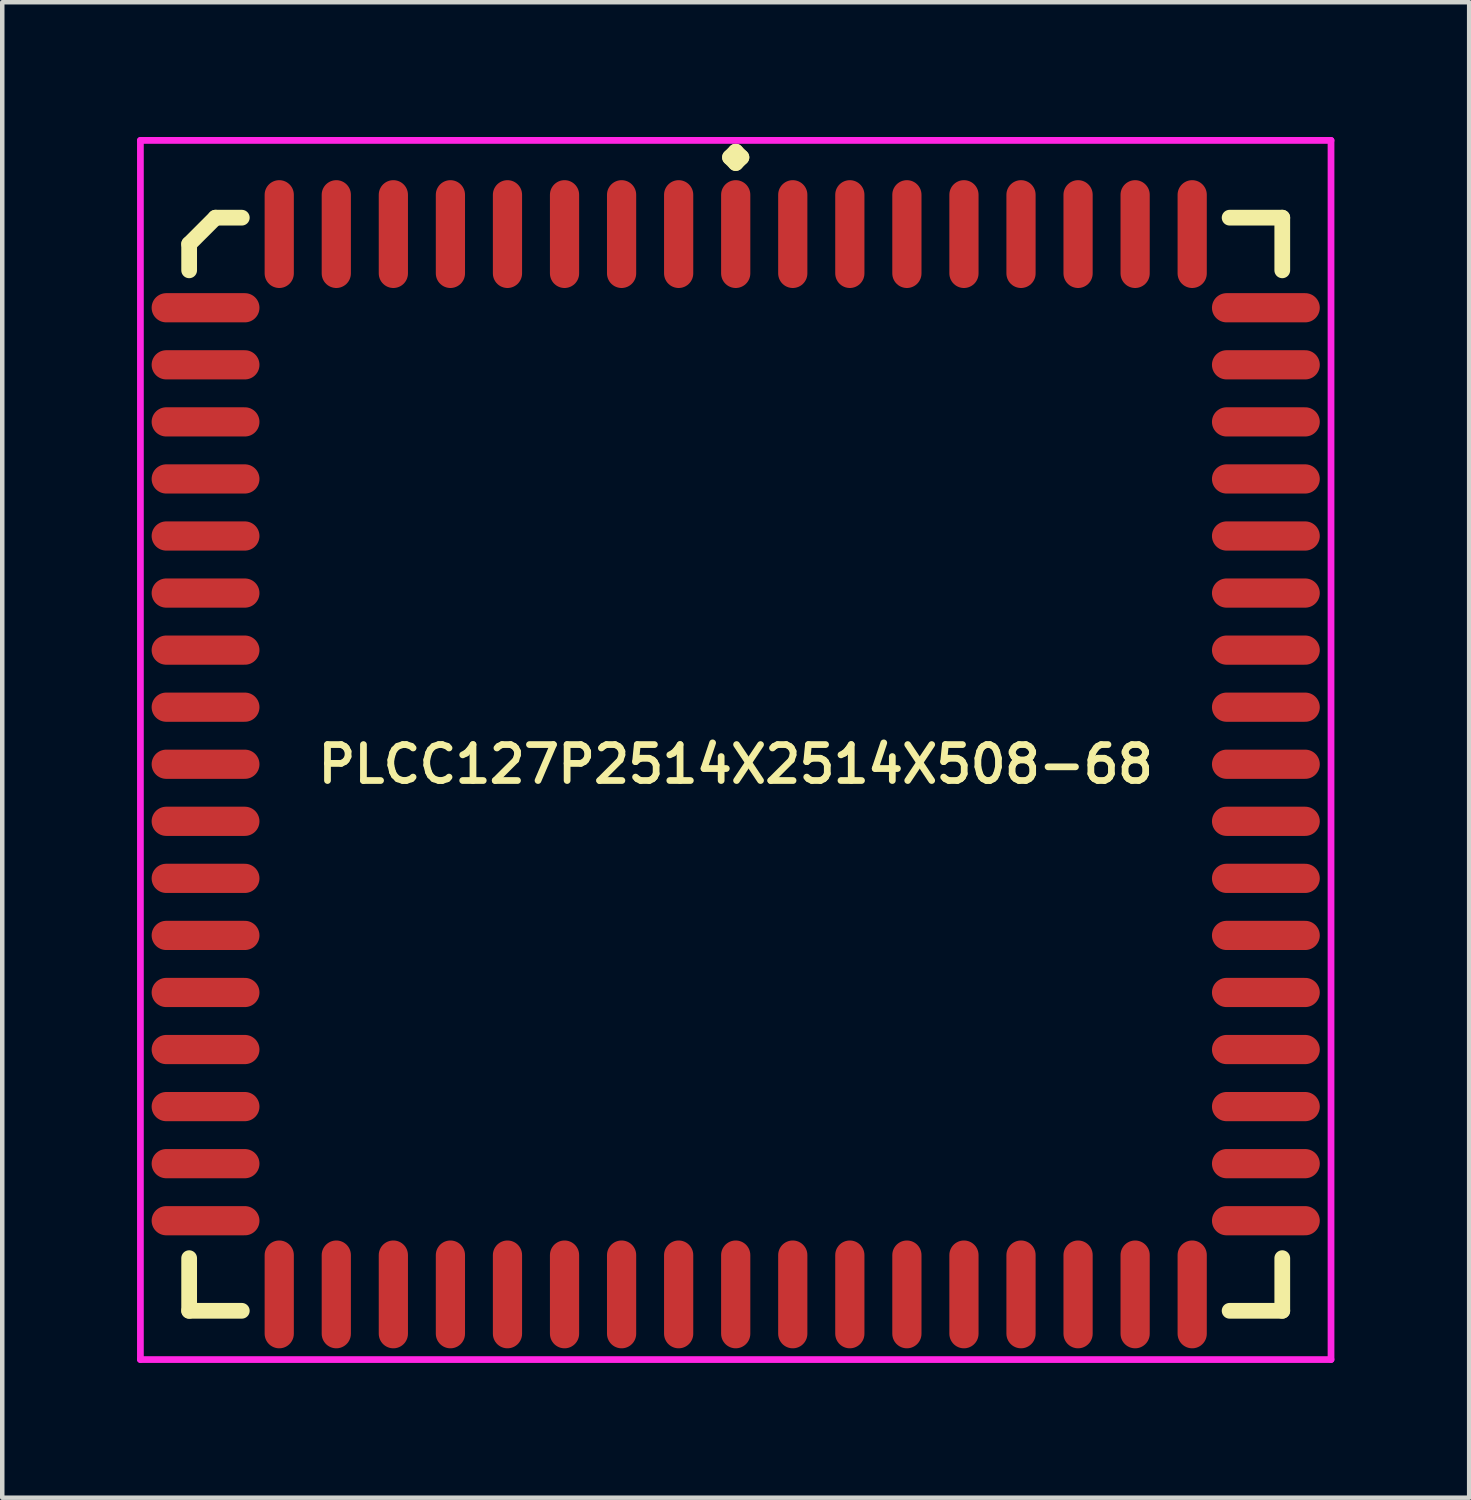
<source format=kicad_pcb>
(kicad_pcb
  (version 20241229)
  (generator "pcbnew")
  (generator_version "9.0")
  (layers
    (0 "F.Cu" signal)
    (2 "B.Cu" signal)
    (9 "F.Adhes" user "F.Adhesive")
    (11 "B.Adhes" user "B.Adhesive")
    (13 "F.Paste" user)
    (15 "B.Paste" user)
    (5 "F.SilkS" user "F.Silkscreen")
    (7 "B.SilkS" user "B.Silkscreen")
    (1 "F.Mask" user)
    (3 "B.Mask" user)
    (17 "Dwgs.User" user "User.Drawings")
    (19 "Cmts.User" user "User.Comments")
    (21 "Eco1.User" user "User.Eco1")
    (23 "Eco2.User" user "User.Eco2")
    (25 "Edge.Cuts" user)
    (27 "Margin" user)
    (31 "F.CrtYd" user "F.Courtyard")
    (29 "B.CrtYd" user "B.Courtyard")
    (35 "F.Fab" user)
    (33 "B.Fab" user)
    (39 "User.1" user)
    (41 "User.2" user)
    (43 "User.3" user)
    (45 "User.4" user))
  (footprint "PLCC127P2514X2514X508-68"
    (layer "F.Cu")
    (at 13.325 13.96)
    (property "Reference" "PLCC127P2514X2514X508-68" (at 0 0 0) (layer "F.SilkS") (effects (font (size 0.8 0.8) (thickness 0.15))))
    (attr smd)
    (fp_line (start -12.165 -11.579) (end -11.579 -12.165) (stroke (width 0.35) (type solid)) (layer "F.SilkS"))
    (fp_line (start -12.165 -10.993) (end -12.165 -11.579) (stroke (width 0.35) (type solid)) (layer "F.SilkS"))
    (fp_line (start -12.165 10.993) (end -12.165 12.165) (stroke (width 0.35) (type solid)) (layer "F.SilkS"))
    (fp_line (start -12.165 12.165) (end -10.993 12.165) (stroke (width 0.35) (type solid)) (layer "F.SilkS"))
    (fp_line (start -11.579 -12.165) (end -10.993 -12.165) (stroke (width 0.35) (type solid)) (layer "F.SilkS"))
    (fp_line (start -0.127 -13.508) (end 0 -13.635) (stroke (width 0.35) (type solid)) (layer "F.SilkS"))
    (fp_line (start 0 -13.635) (end 0.127 -13.508) (stroke (width 0.35) (type solid)) (layer "F.SilkS"))
    (fp_line (start 0 -13.381) (end -0.127 -13.508) (stroke (width 0.35) (type solid)) (layer "F.SilkS"))
    (fp_line (start 0.127 -13.508) (end 0 -13.381) (stroke (width 0.35) (type solid)) (layer "F.SilkS"))
    (fp_line (start 12.165 -12.165) (end 10.993 -12.165) (stroke (width 0.35) (type solid)) (layer "F.SilkS"))
    (fp_line (start 12.165 -10.993) (end 12.165 -12.165) (stroke (width 0.35) (type solid)) (layer "F.SilkS"))
    (fp_line (start 12.165 10.993) (end 12.165 12.165) (stroke (width 0.35) (type solid)) (layer "F.SilkS"))
    (fp_line (start 12.165 12.165) (end 10.993 12.165) (stroke (width 0.35) (type solid)) (layer "F.SilkS"))
    (fp_line (start -13.25 -13.885) (end 13.25 -13.885) (stroke (width 0.15) (type solid)) (layer "F.CrtYd"))
    (fp_line (start -13.25 13.25) (end -13.25 -13.885) (stroke (width 0.15) (type solid)) (layer "F.CrtYd"))
    (fp_line (start 13.25 -13.885) (end 13.25 13.25) (stroke (width 0.15) (type solid)) (layer "F.CrtYd"))
    (fp_line (start 13.25 13.25) (end -13.25 13.25) (stroke (width 0.15) (type solid)) (layer "F.CrtYd"))
    (pad "1" smd oval (at 0 -11.8) (size 0.65 2.4) (layers "F.Cu" "F.Mask" "F.Paste"))
    (pad "2" smd oval (at -1.27 -11.8) (size 0.65 2.4) (layers "F.Cu" "F.Mask" "F.Paste"))
    (pad "3" smd oval (at -2.54 -11.8) (size 0.65 2.4) (layers "F.Cu" "F.Mask" "F.Paste"))
    (pad "4" smd oval (at -3.81 -11.8) (size 0.65 2.4) (layers "F.Cu" "F.Mask" "F.Paste"))
    (pad "5" smd oval (at -5.08 -11.8) (size 0.65 2.4) (layers "F.Cu" "F.Mask" "F.Paste"))
    (pad "6" smd oval (at -6.35 -11.8) (size 0.65 2.4) (layers "F.Cu" "F.Mask" "F.Paste"))
    (pad "7" smd oval (at -7.62 -11.8) (size 0.65 2.4) (layers "F.Cu" "F.Mask" "F.Paste"))
    (pad "8" smd oval (at -8.89 -11.8) (size 0.65 2.4) (layers "F.Cu" "F.Mask" "F.Paste"))
    (pad "9" smd oval (at -10.16 -11.8) (size 0.65 2.4) (layers "F.Cu" "F.Mask" "F.Paste"))
    (pad "10" smd oval (at -11.8 -10.16) (size 2.4 0.65) (layers "F.Cu" "F.Mask" "F.Paste"))
    (pad "11" smd oval (at -11.8 -8.89) (size 2.4 0.65) (layers "F.Cu" "F.Mask" "F.Paste"))
    (pad "12" smd oval (at -11.8 -7.62) (size 2.4 0.65) (layers "F.Cu" "F.Mask" "F.Paste"))
    (pad "13" smd oval (at -11.8 -6.35) (size 2.4 0.65) (layers "F.Cu" "F.Mask" "F.Paste"))
    (pad "14" smd oval (at -11.8 -5.08) (size 2.4 0.65) (layers "F.Cu" "F.Mask" "F.Paste"))
    (pad "15" smd oval (at -11.8 -3.81) (size 2.4 0.65) (layers "F.Cu" "F.Mask" "F.Paste"))
    (pad "16" smd oval (at -11.8 -2.54) (size 2.4 0.65) (layers "F.Cu" "F.Mask" "F.Paste"))
    (pad "17" smd oval (at -11.8 -1.27) (size 2.4 0.65) (layers "F.Cu" "F.Mask" "F.Paste"))
    (pad "18" smd oval (at -11.8 0) (size 2.4 0.65) (layers "F.Cu" "F.Mask" "F.Paste"))
    (pad "19" smd oval (at -11.8 1.27) (size 2.4 0.65) (layers "F.Cu" "F.Mask" "F.Paste"))
    (pad "20" smd oval (at -11.8 2.54) (size 2.4 0.65) (layers "F.Cu" "F.Mask" "F.Paste"))
    (pad "21" smd oval (at -11.8 3.81) (size 2.4 0.65) (layers "F.Cu" "F.Mask" "F.Paste"))
    (pad "22" smd oval (at -11.8 5.08) (size 2.4 0.65) (layers "F.Cu" "F.Mask" "F.Paste"))
    (pad "23" smd oval (at -11.8 6.35) (size 2.4 0.65) (layers "F.Cu" "F.Mask" "F.Paste"))
    (pad "24" smd oval (at -11.8 7.62) (size 2.4 0.65) (layers "F.Cu" "F.Mask" "F.Paste"))
    (pad "25" smd oval (at -11.8 8.89) (size 2.4 0.65) (layers "F.Cu" "F.Mask" "F.Paste"))
    (pad "26" smd oval (at -11.8 10.16) (size 2.4 0.65) (layers "F.Cu" "F.Mask" "F.Paste"))
    (pad "27" smd oval (at -10.16 11.8) (size 0.65 2.4) (layers "F.Cu" "F.Mask" "F.Paste"))
    (pad "28" smd oval (at -8.89 11.8) (size 0.65 2.4) (layers "F.Cu" "F.Mask" "F.Paste"))
    (pad "29" smd oval (at -7.62 11.8) (size 0.65 2.4) (layers "F.Cu" "F.Mask" "F.Paste"))
    (pad "30" smd oval (at -6.35 11.8) (size 0.65 2.4) (layers "F.Cu" "F.Mask" "F.Paste"))
    (pad "31" smd oval (at -5.08 11.8) (size 0.65 2.4) (layers "F.Cu" "F.Mask" "F.Paste"))
    (pad "32" smd oval (at -3.81 11.8) (size 0.65 2.4) (layers "F.Cu" "F.Mask" "F.Paste"))
    (pad "33" smd oval (at -2.54 11.8) (size 0.65 2.4) (layers "F.Cu" "F.Mask" "F.Paste"))
    (pad "34" smd oval (at -1.27 11.8) (size 0.65 2.4) (layers "F.Cu" "F.Mask" "F.Paste"))
    (pad "35" smd oval (at 0 11.8) (size 0.65 2.4) (layers "F.Cu" "F.Mask" "F.Paste"))
    (pad "36" smd oval (at 1.27 11.8) (size 0.65 2.4) (layers "F.Cu" "F.Mask" "F.Paste"))
    (pad "37" smd oval (at 2.54 11.8) (size 0.65 2.4) (layers "F.Cu" "F.Mask" "F.Paste"))
    (pad "38" smd oval (at 3.81 11.8) (size 0.65 2.4) (layers "F.Cu" "F.Mask" "F.Paste"))
    (pad "39" smd oval (at 5.08 11.8) (size 0.65 2.4) (layers "F.Cu" "F.Mask" "F.Paste"))
    (pad "40" smd oval (at 6.35 11.8) (size 0.65 2.4) (layers "F.Cu" "F.Mask" "F.Paste"))
    (pad "41" smd oval (at 7.62 11.8) (size 0.65 2.4) (layers "F.Cu" "F.Mask" "F.Paste"))
    (pad "42" smd oval (at 8.89 11.8) (size 0.65 2.4) (layers "F.Cu" "F.Mask" "F.Paste"))
    (pad "43" smd oval (at 10.16 11.8) (size 0.65 2.4) (layers "F.Cu" "F.Mask" "F.Paste"))
    (pad "44" smd oval (at 11.8 10.16) (size 2.4 0.65) (layers "F.Cu" "F.Mask" "F.Paste"))
    (pad "45" smd oval (at 11.8 8.89) (size 2.4 0.65) (layers "F.Cu" "F.Mask" "F.Paste"))
    (pad "46" smd oval (at 11.8 7.62) (size 2.4 0.65) (layers "F.Cu" "F.Mask" "F.Paste"))
    (pad "47" smd oval (at 11.8 6.35) (size 2.4 0.65) (layers "F.Cu" "F.Mask" "F.Paste"))
    (pad "48" smd oval (at 11.8 5.08) (size 2.4 0.65) (layers "F.Cu" "F.Mask" "F.Paste"))
    (pad "49" smd oval (at 11.8 3.81) (size 2.4 0.65) (layers "F.Cu" "F.Mask" "F.Paste"))
    (pad "50" smd oval (at 11.8 2.54) (size 2.4 0.65) (layers "F.Cu" "F.Mask" "F.Paste"))
    (pad "51" smd oval (at 11.8 1.27) (size 2.4 0.65) (layers "F.Cu" "F.Mask" "F.Paste"))
    (pad "52" smd oval (at 11.8 0) (size 2.4 0.65) (layers "F.Cu" "F.Mask" "F.Paste"))
    (pad "53" smd oval (at 11.8 -1.27) (size 2.4 0.65) (layers "F.Cu" "F.Mask" "F.Paste"))
    (pad "54" smd oval (at 11.8 -2.54) (size 2.4 0.65) (layers "F.Cu" "F.Mask" "F.Paste"))
    (pad "55" smd oval (at 11.8 -3.81) (size 2.4 0.65) (layers "F.Cu" "F.Mask" "F.Paste"))
    (pad "56" smd oval (at 11.8 -5.08) (size 2.4 0.65) (layers "F.Cu" "F.Mask" "F.Paste"))
    (pad "57" smd oval (at 11.8 -6.35) (size 2.4 0.65) (layers "F.Cu" "F.Mask" "F.Paste"))
    (pad "58" smd oval (at 11.8 -7.62) (size 2.4 0.65) (layers "F.Cu" "F.Mask" "F.Paste"))
    (pad "59" smd oval (at 11.8 -8.89) (size 2.4 0.65) (layers "F.Cu" "F.Mask" "F.Paste"))
    (pad "60" smd oval (at 11.8 -10.16) (size 2.4 0.65) (layers "F.Cu" "F.Mask" "F.Paste"))
    (pad "61" smd oval (at 10.16 -11.8) (size 0.65 2.4) (layers "F.Cu" "F.Mask" "F.Paste"))
    (pad "62" smd oval (at 8.89 -11.8) (size 0.65 2.4) (layers "F.Cu" "F.Mask" "F.Paste"))
    (pad "63" smd oval (at 7.62 -11.8) (size 0.65 2.4) (layers "F.Cu" "F.Mask" "F.Paste"))
    (pad "64" smd oval (at 6.35 -11.8) (size 0.65 2.4) (layers "F.Cu" "F.Mask" "F.Paste"))
    (pad "65" smd oval (at 5.08 -11.8) (size 0.65 2.4) (layers "F.Cu" "F.Mask" "F.Paste"))
    (pad "66" smd oval (at 3.81 -11.8) (size 0.65 2.4) (layers "F.Cu" "F.Mask" "F.Paste"))
    (pad "67" smd oval (at 2.54 -11.8) (size 0.65 2.4) (layers "F.Cu" "F.Mask" "F.Paste"))
    (pad "68" smd oval (at 1.27 -11.8) (size 0.65 2.4) (layers "F.Cu" "F.Mask" "F.Paste")))
  (gr_rect
    (start -3 -3)
    (end 29.65 30.285)
    (stroke (width 0.1) (type default))
    (fill no)
    (layer "Edge.Cuts")))
</source>
